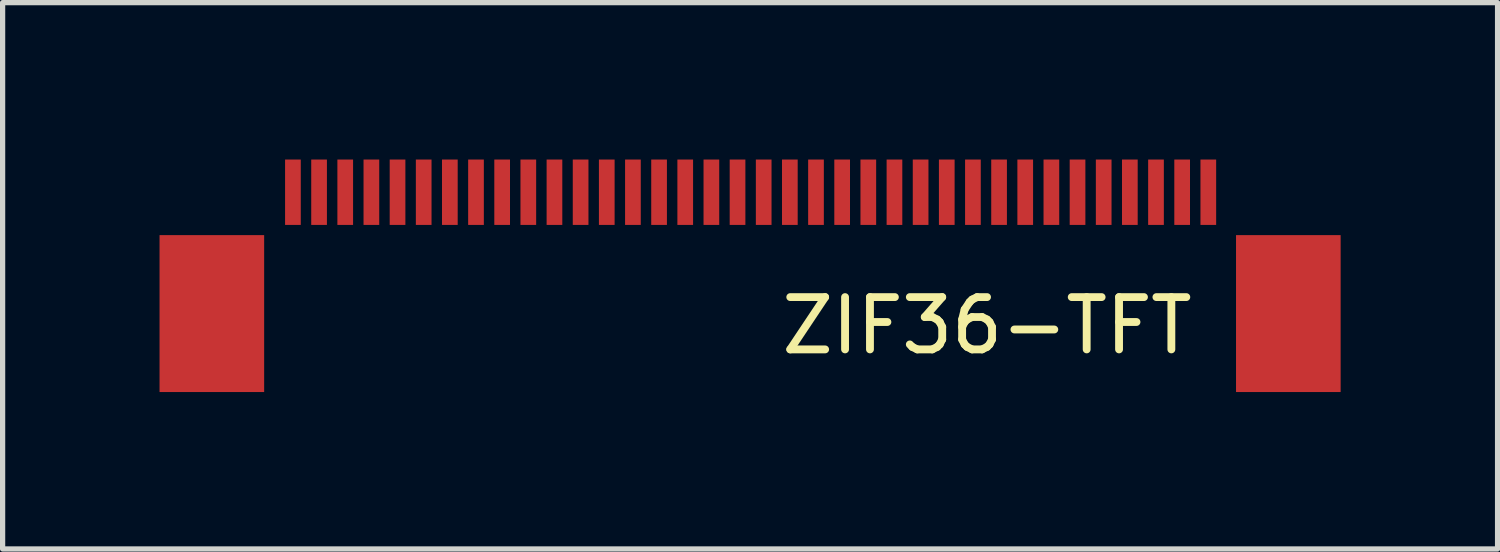
<source format=kicad_pcb>
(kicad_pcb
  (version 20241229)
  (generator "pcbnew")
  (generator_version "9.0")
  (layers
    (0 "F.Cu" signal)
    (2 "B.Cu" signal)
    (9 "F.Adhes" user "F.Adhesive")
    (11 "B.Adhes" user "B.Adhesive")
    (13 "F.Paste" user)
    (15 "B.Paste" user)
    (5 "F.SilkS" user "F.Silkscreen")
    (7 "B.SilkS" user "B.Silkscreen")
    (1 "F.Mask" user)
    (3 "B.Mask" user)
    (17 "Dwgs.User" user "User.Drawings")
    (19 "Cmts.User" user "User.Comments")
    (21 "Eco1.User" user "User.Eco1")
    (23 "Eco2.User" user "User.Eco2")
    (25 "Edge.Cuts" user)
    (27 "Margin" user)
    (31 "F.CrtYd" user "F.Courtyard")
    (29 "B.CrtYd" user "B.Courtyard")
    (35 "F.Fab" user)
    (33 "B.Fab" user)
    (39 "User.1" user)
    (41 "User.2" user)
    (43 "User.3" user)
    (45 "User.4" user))
  (footprint "ZIF36-TFT"
    (layer "F.Cu")
    (at 11.55 0.725)
    (property "Reference" "ZIF36-TFT" (at 4.27 2.45 0) (layer "F.SilkS") (effects (font (size 1 1) (thickness 0.15))))
    (attr through_hole)
    (pad "1" smd rect (at 8.5 -0.1) (size 0.3 1.25) (layers "F.Cu" "F.Mask" "F.Paste"))
    (pad "2" smd rect (at 8 -0.1) (size 0.3 1.25) (layers "F.Cu" "F.Mask" "F.Paste"))
    (pad "3" smd rect (at 7.5 -0.1) (size 0.3 1.25) (layers "F.Cu" "F.Mask" "F.Paste"))
    (pad "4" smd rect (at 7 -0.1) (size 0.3 1.25) (layers "F.Cu" "F.Mask" "F.Paste"))
    (pad "5" smd rect (at 6.5 -0.1) (size 0.3 1.25) (layers "F.Cu" "F.Mask" "F.Paste"))
    (pad "6" smd rect (at 6 -0.1) (size 0.3 1.25) (layers "F.Cu" "F.Mask" "F.Paste"))
    (pad "7" smd rect (at 5.5 -0.1) (size 0.3 1.25) (layers "F.Cu" "F.Mask" "F.Paste"))
    (pad "8" smd rect (at 5 -0.1) (size 0.3 1.25) (layers "F.Cu" "F.Mask" "F.Paste"))
    (pad "9" smd rect (at 4.5 -0.1) (size 0.3 1.25) (layers "F.Cu" "F.Mask" "F.Paste"))
    (pad "10" smd rect (at 4 -0.1) (size 0.3 1.25) (layers "F.Cu" "F.Mask" "F.Paste"))
    (pad "11" smd rect (at 3.5 -0.1) (size 0.3 1.25) (layers "F.Cu" "F.Mask" "F.Paste"))
    (pad "12" smd rect (at 3 -0.1) (size 0.3 1.25) (layers "F.Cu" "F.Mask" "F.Paste"))
    (pad "13" smd rect (at 2.5 -0.1) (size 0.3 1.25) (layers "F.Cu" "F.Mask" "F.Paste"))
    (pad "14" smd rect (at 2 -0.1) (size 0.3 1.25) (layers "F.Cu" "F.Mask" "F.Paste"))
    (pad "15" smd rect (at 1.5 -0.1) (size 0.3 1.25) (layers "F.Cu" "F.Mask" "F.Paste"))
    (pad "16" smd rect (at 1 -0.1) (size 0.3 1.25) (layers "F.Cu" "F.Mask" "F.Paste"))
    (pad "17" smd rect (at 0.5 -0.1) (size 0.3 1.25) (layers "F.Cu" "F.Mask" "F.Paste"))
    (pad "18" smd rect (at 0 -0.1) (size 0.3 1.25) (layers "F.Cu" "F.Mask" "F.Paste"))
    (pad "19" smd rect (at -0.5 -0.1) (size 0.3 1.25) (layers "F.Cu" "F.Mask" "F.Paste"))
    (pad "20" smd rect (at -1 -0.1) (size 0.3 1.25) (layers "F.Cu" "F.Mask" "F.Paste"))
    (pad "21" smd rect (at -1.5 -0.1) (size 0.3 1.25) (layers "F.Cu" "F.Mask" "F.Paste"))
    (pad "22" smd rect (at -2 -0.1) (size 0.3 1.25) (layers "F.Cu" "F.Mask" "F.Paste"))
    (pad "23" smd rect (at -2.5 -0.1) (size 0.3 1.25) (layers "F.Cu" "F.Mask" "F.Paste"))
    (pad "24" smd rect (at -3 -0.1) (size 0.3 1.25) (layers "F.Cu" "F.Mask" "F.Paste"))
    (pad "25" smd rect (at -3.5 -0.1) (size 0.3 1.25) (layers "F.Cu" "F.Mask" "F.Paste"))
    (pad "26" smd rect (at -4 -0.1) (size 0.3 1.25) (layers "F.Cu" "F.Mask" "F.Paste"))
    (pad "27" smd rect (at -4.5 -0.1) (size 0.3 1.25) (layers "F.Cu" "F.Mask" "F.Paste"))
    (pad "28" smd rect (at -5 -0.1) (size 0.3 1.25) (layers "F.Cu" "F.Mask" "F.Paste"))
    (pad "29" smd rect (at -5.5 -0.1) (size 0.3 1.25) (layers "F.Cu" "F.Mask" "F.Paste"))
    (pad "30" smd rect (at -6 -0.1) (size 0.3 1.25) (layers "F.Cu" "F.Mask" "F.Paste"))
    (pad "31" smd rect (at -6.5 -0.1) (size 0.3 1.25) (layers "F.Cu" "F.Mask" "F.Paste"))
    (pad "32" smd rect (at -7 -0.1) (size 0.3 1.25) (layers "F.Cu" "F.Mask" "F.Paste"))
    (pad "33" smd rect (at -7.5 -0.1) (size 0.3 1.25) (layers "F.Cu" "F.Mask" "F.Paste"))
    (pad "34" smd rect (at -8 -0.1) (size 0.3 1.25) (layers "F.Cu" "F.Mask" "F.Paste"))
    (pad "35" smd rect (at -8.5 -0.1) (size 0.3 1.25) (layers "F.Cu" "F.Mask" "F.Paste"))
    (pad "36" smd rect (at -9 -0.1) (size 0.3 1.25) (layers "F.Cu" "F.Mask" "F.Paste"))
    (pad "x" smd rect (at -10.55 2.22) (size 2 3) (layers "F.Cu" "F.Mask" "F.Paste"))
    (pad "x" smd rect (at 10.03 2.22) (size 2 3) (layers "F.Cu" "F.Mask" "F.Paste")))
  (gr_rect
    (start -3 -3)
    (end 25.58 7.445)
    (stroke (width 0.1) (type default))
    (fill no)
    (layer "Edge.Cuts")))
</source>
